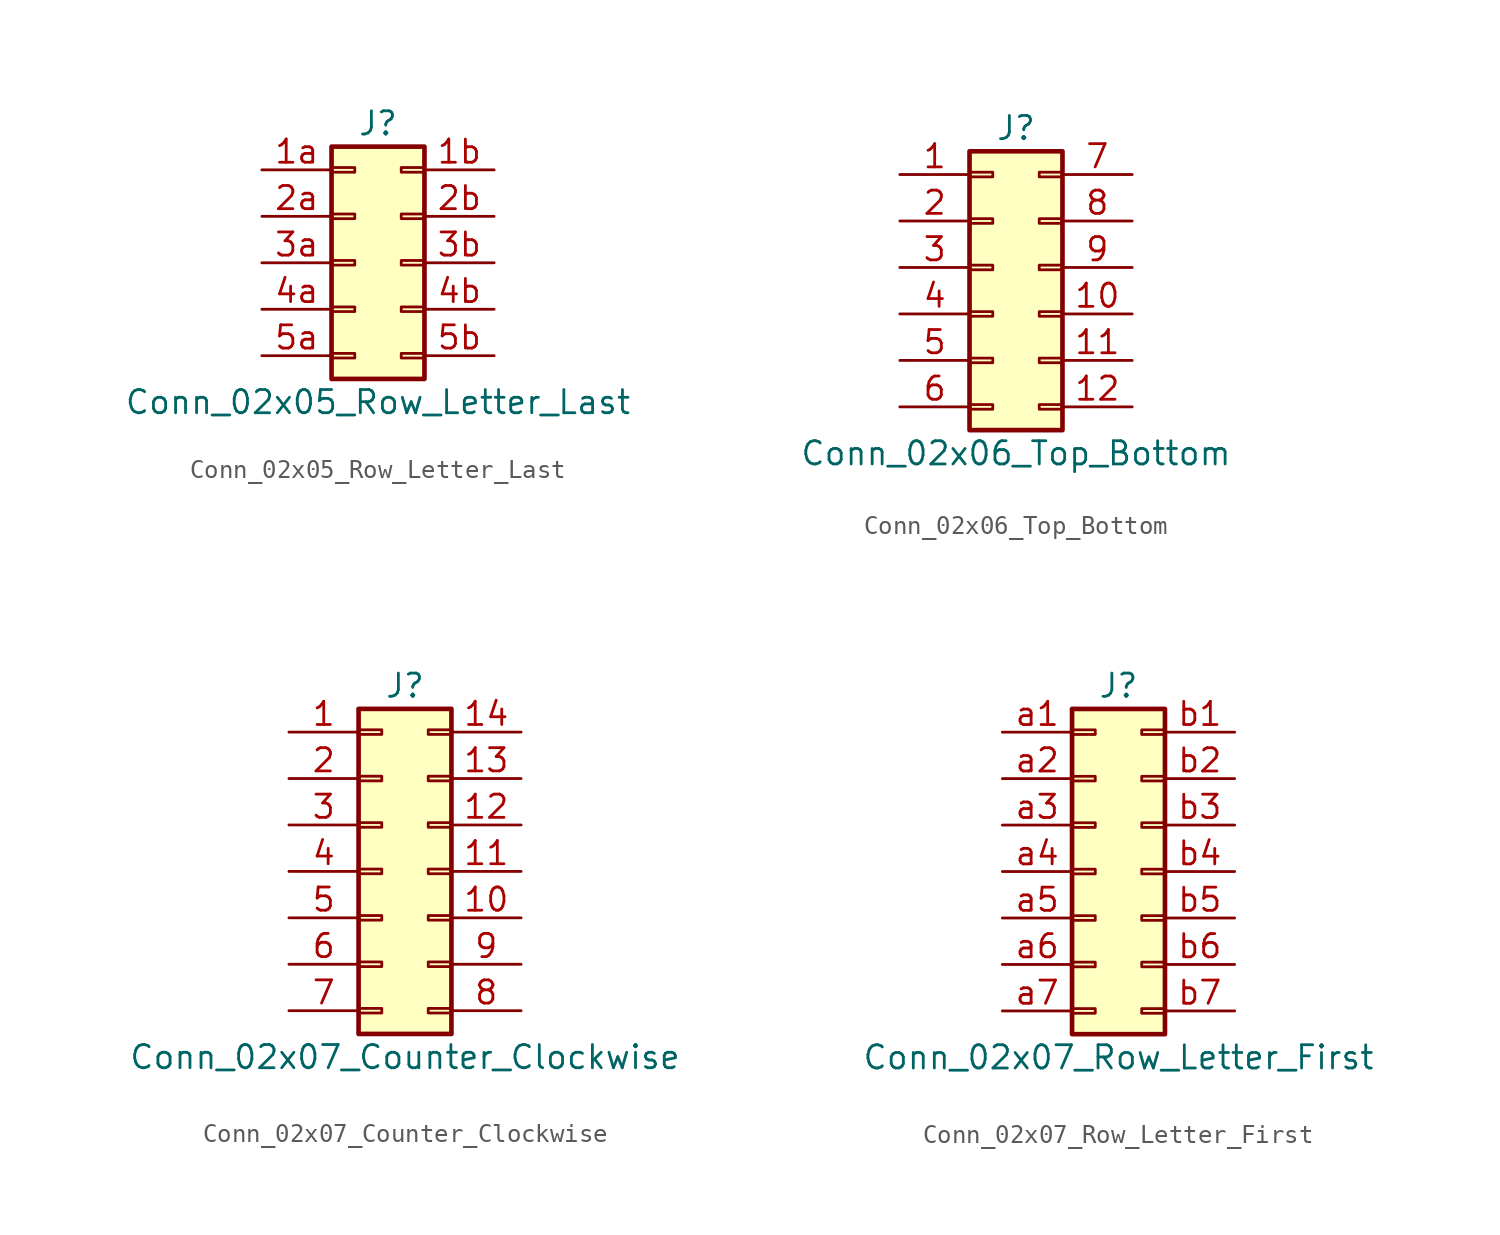
<source format=kicad_sym>
(kicad_symbol_lib
  (version 20201005)
  (generator kicad_symbol_editor)
  (symbol "Conn_02x05_Row_Letter_Last"
    (pin_names
      (offset 1.016) hide)
    (property "Reference" "J"
      (at 1.27 7.62 0)
      (effects (font (size 1.27 1.27))))
    (property "Value" "Conn_02x05_Row_Letter_Last"
      (at 1.27 -7.62 0)
      (effects (font (size 1.27 1.27))))
    (symbol "Conn_02x05_Row_Letter_Last_1_1"
      (rectangle (start -1.27 -4.953) (end 0 -5.207) (stroke (width 0.152)) (fill (type none)))
      (rectangle (start -1.27 -2.413) (end 0 -2.667) (stroke (width 0.152)) (fill (type none)))
      (rectangle (start -1.27 0.127) (end 0 -0.127) (stroke (width 0.152)) (fill (type none)))
      (rectangle (start -1.27 2.667) (end 0 2.413) (stroke (width 0.152)) (fill (type none)))
      (rectangle (start -1.27 5.207) (end 0 4.953) (stroke (width 0.152)) (fill (type none)))
      (rectangle (start 3.81 -4.953) (end 2.54 -5.207) (stroke (width 0.152)) (fill (type none)))
      (rectangle (start 3.81 -2.413) (end 2.54 -2.667) (stroke (width 0.152)) (fill (type none)))
      (rectangle (start 3.81 0.127) (end 2.54 -0.127) (stroke (width 0.152)) (fill (type none)))
      (rectangle (start 3.81 2.667) (end 2.54 2.413) (stroke (width 0.152)) (fill (type none)))
      (rectangle (start 3.81 5.207) (end 2.54 4.953) (stroke (width 0.152)) (fill (type none)))
      (rectangle (start -1.27 6.35) (end 3.81 -6.35) (stroke (width 0.254)) (fill (type background)))
      (pin passive line (at -5.08 5.08 0) (length 3.81) (name "Pin_1a" (effects (font (size 1.27 1.27)))) (number "1a" (effects (font (size 1.27 1.27)))))
      (pin passive line (at 7.62 5.08 180) (length 3.81) (name "Pin_1b" (effects (font (size 1.27 1.27)))) (number "1b" (effects (font (size 1.27 1.27)))))
      (pin passive line (at -5.08 2.54 0) (length 3.81) (name "Pin_2a" (effects (font (size 1.27 1.27)))) (number "2a" (effects (font (size 1.27 1.27)))))
      (pin passive line (at 7.62 2.54 180) (length 3.81) (name "Pin_2b" (effects (font (size 1.27 1.27)))) (number "2b" (effects (font (size 1.27 1.27)))))
      (pin passive line (at -5.08 0 0) (length 3.81) (name "Pin_3a" (effects (font (size 1.27 1.27)))) (number "3a" (effects (font (size 1.27 1.27)))))
      (pin passive line (at 7.62 0 180) (length 3.81) (name "Pin_3b" (effects (font (size 1.27 1.27)))) (number "3b" (effects (font (size 1.27 1.27)))))
      (pin passive line (at -5.08 -2.54 0) (length 3.81) (name "Pin_4a" (effects (font (size 1.27 1.27)))) (number "4a" (effects (font (size 1.27 1.27)))))
      (pin passive line (at 7.62 -2.54 180) (length 3.81) (name "Pin_4b" (effects (font (size 1.27 1.27)))) (number "4b" (effects (font (size 1.27 1.27)))))
      (pin passive line (at -5.08 -5.08 0) (length 3.81) (name "Pin_5a" (effects (font (size 1.27 1.27)))) (number "5a" (effects (font (size 1.27 1.27)))))
      (pin passive line (at 7.62 -5.08 180) (length 3.81) (name "Pin_5b" (effects (font (size 1.27 1.27)))) (number "5b" (effects (font (size 1.27 1.27)))))))
  (symbol "Conn_02x06_Top_Bottom"
    (pin_names
      (offset 1.016) hide)
    (property "Reference" "J"
      (at 1.27 7.62 0)
      (effects (font (size 1.27 1.27))))
    (property "Value" "Conn_02x06_Top_Bottom"
      (at 1.27 -10.16 0)
      (effects (font (size 1.27 1.27))))
    (symbol "Conn_02x06_Top_Bottom_1_1"
      (rectangle (start -1.27 -7.493) (end 0 -7.747) (stroke (width 0.152)) (fill (type none)))
      (rectangle (start -1.27 -4.953) (end 0 -5.207) (stroke (width 0.152)) (fill (type none)))
      (rectangle (start -1.27 -2.413) (end 0 -2.667) (stroke (width 0.152)) (fill (type none)))
      (rectangle (start -1.27 0.127) (end 0 -0.127) (stroke (width 0.152)) (fill (type none)))
      (rectangle (start -1.27 2.667) (end 0 2.413) (stroke (width 0.152)) (fill (type none)))
      (rectangle (start -1.27 5.207) (end 0 4.953) (stroke (width 0.152)) (fill (type none)))
      (rectangle (start 3.81 -7.493) (end 2.54 -7.747) (stroke (width 0.152)) (fill (type none)))
      (rectangle (start 3.81 -4.953) (end 2.54 -5.207) (stroke (width 0.152)) (fill (type none)))
      (rectangle (start 3.81 -2.413) (end 2.54 -2.667) (stroke (width 0.152)) (fill (type none)))
      (rectangle (start 3.81 0.127) (end 2.54 -0.127) (stroke (width 0.152)) (fill (type none)))
      (rectangle (start 3.81 2.667) (end 2.54 2.413) (stroke (width 0.152)) (fill (type none)))
      (rectangle (start 3.81 5.207) (end 2.54 4.953) (stroke (width 0.152)) (fill (type none)))
      (rectangle (start -1.27 6.35) (end 3.81 -8.89) (stroke (width 0.254)) (fill (type background)))
      (pin passive line (at -5.08 5.08 0) (length 3.81) (name "Pin_1" (effects (font (size 1.27 1.27)))) (number "1" (effects (font (size 1.27 1.27)))))
      (pin passive line (at 7.62 -2.54 180) (length 3.81) (name "Pin_10" (effects (font (size 1.27 1.27)))) (number "10" (effects (font (size 1.27 1.27)))))
      (pin passive line (at 7.62 -5.08 180) (length 3.81) (name "Pin_11" (effects (font (size 1.27 1.27)))) (number "11" (effects (font (size 1.27 1.27)))))
      (pin passive line (at 7.62 -7.62 180) (length 3.81) (name "Pin_12" (effects (font (size 1.27 1.27)))) (number "12" (effects (font (size 1.27 1.27)))))
      (pin passive line (at -5.08 2.54 0) (length 3.81) (name "Pin_2" (effects (font (size 1.27 1.27)))) (number "2" (effects (font (size 1.27 1.27)))))
      (pin passive line (at -5.08 0 0) (length 3.81) (name "Pin_3" (effects (font (size 1.27 1.27)))) (number "3" (effects (font (size 1.27 1.27)))))
      (pin passive line (at -5.08 -2.54 0) (length 3.81) (name "Pin_4" (effects (font (size 1.27 1.27)))) (number "4" (effects (font (size 1.27 1.27)))))
      (pin passive line (at -5.08 -5.08 0) (length 3.81) (name "Pin_5" (effects (font (size 1.27 1.27)))) (number "5" (effects (font (size 1.27 1.27)))))
      (pin passive line (at -5.08 -7.62 0) (length 3.81) (name "Pin_6" (effects (font (size 1.27 1.27)))) (number "6" (effects (font (size 1.27 1.27)))))
      (pin passive line (at 7.62 5.08 180) (length 3.81) (name "Pin_7" (effects (font (size 1.27 1.27)))) (number "7" (effects (font (size 1.27 1.27)))))
      (pin passive line (at 7.62 2.54 180) (length 3.81) (name "Pin_8" (effects (font (size 1.27 1.27)))) (number "8" (effects (font (size 1.27 1.27)))))
      (pin passive line (at 7.62 0 180) (length 3.81) (name "Pin_9" (effects (font (size 1.27 1.27)))) (number "9" (effects (font (size 1.27 1.27)))))))
  (symbol "Conn_02x07_Counter_Clockwise"
    (pin_names
      (offset 1.016) hide)
    (property "Reference" "J"
      (at 1.27 10.16 0)
      (effects (font (size 1.27 1.27))))
    (property "Value" "Conn_02x07_Counter_Clockwise"
      (at 1.27 -10.16 0)
      (effects (font (size 1.27 1.27))))
    (symbol "Conn_02x07_Counter_Clockwise_1_1"
      (rectangle (start -1.27 -7.493) (end 0 -7.747) (stroke (width 0.152)) (fill (type none)))
      (rectangle (start -1.27 -4.953) (end 0 -5.207) (stroke (width 0.152)) (fill (type none)))
      (rectangle (start -1.27 -2.413) (end 0 -2.667) (stroke (width 0.152)) (fill (type none)))
      (rectangle (start -1.27 0.127) (end 0 -0.127) (stroke (width 0.152)) (fill (type none)))
      (rectangle (start -1.27 2.667) (end 0 2.413) (stroke (width 0.152)) (fill (type none)))
      (rectangle (start -1.27 5.207) (end 0 4.953) (stroke (width 0.152)) (fill (type none)))
      (rectangle (start -1.27 7.747) (end 0 7.493) (stroke (width 0.152)) (fill (type none)))
      (rectangle (start 3.81 -7.493) (end 2.54 -7.747) (stroke (width 0.152)) (fill (type none)))
      (rectangle (start 3.81 -4.953) (end 2.54 -5.207) (stroke (width 0.152)) (fill (type none)))
      (rectangle (start 3.81 -2.413) (end 2.54 -2.667) (stroke (width 0.152)) (fill (type none)))
      (rectangle (start 3.81 0.127) (end 2.54 -0.127) (stroke (width 0.152)) (fill (type none)))
      (rectangle (start 3.81 2.667) (end 2.54 2.413) (stroke (width 0.152)) (fill (type none)))
      (rectangle (start 3.81 5.207) (end 2.54 4.953) (stroke (width 0.152)) (fill (type none)))
      (rectangle (start 3.81 7.747) (end 2.54 7.493) (stroke (width 0.152)) (fill (type none)))
      (rectangle (start -1.27 8.89) (end 3.81 -8.89) (stroke (width 0.254)) (fill (type background)))
      (pin passive line (at -5.08 7.62 0) (length 3.81) (name "Pin_1" (effects (font (size 1.27 1.27)))) (number "1" (effects (font (size 1.27 1.27)))))
      (pin passive line (at 7.62 -2.54 180) (length 3.81) (name "Pin_10" (effects (font (size 1.27 1.27)))) (number "10" (effects (font (size 1.27 1.27)))))
      (pin passive line (at 7.62 0 180) (length 3.81) (name "Pin_11" (effects (font (size 1.27 1.27)))) (number "11" (effects (font (size 1.27 1.27)))))
      (pin passive line (at 7.62 2.54 180) (length 3.81) (name "Pin_12" (effects (font (size 1.27 1.27)))) (number "12" (effects (font (size 1.27 1.27)))))
      (pin passive line (at 7.62 5.08 180) (length 3.81) (name "Pin_13" (effects (font (size 1.27 1.27)))) (number "13" (effects (font (size 1.27 1.27)))))
      (pin passive line (at 7.62 7.62 180) (length 3.81) (name "Pin_14" (effects (font (size 1.27 1.27)))) (number "14" (effects (font (size 1.27 1.27)))))
      (pin passive line (at -5.08 5.08 0) (length 3.81) (name "Pin_2" (effects (font (size 1.27 1.27)))) (number "2" (effects (font (size 1.27 1.27)))))
      (pin passive line (at -5.08 2.54 0) (length 3.81) (name "Pin_3" (effects (font (size 1.27 1.27)))) (number "3" (effects (font (size 1.27 1.27)))))
      (pin passive line (at -5.08 0 0) (length 3.81) (name "Pin_4" (effects (font (size 1.27 1.27)))) (number "4" (effects (font (size 1.27 1.27)))))
      (pin passive line (at -5.08 -2.54 0) (length 3.81) (name "Pin_5" (effects (font (size 1.27 1.27)))) (number "5" (effects (font (size 1.27 1.27)))))
      (pin passive line (at -5.08 -5.08 0) (length 3.81) (name "Pin_6" (effects (font (size 1.27 1.27)))) (number "6" (effects (font (size 1.27 1.27)))))
      (pin passive line (at -5.08 -7.62 0) (length 3.81) (name "Pin_7" (effects (font (size 1.27 1.27)))) (number "7" (effects (font (size 1.27 1.27)))))
      (pin passive line (at 7.62 -7.62 180) (length 3.81) (name "Pin_8" (effects (font (size 1.27 1.27)))) (number "8" (effects (font (size 1.27 1.27)))))
      (pin passive line (at 7.62 -5.08 180) (length 3.81) (name "Pin_9" (effects (font (size 1.27 1.27)))) (number "9" (effects (font (size 1.27 1.27)))))))
  (symbol "Conn_02x07_Row_Letter_First"
    (pin_names
      (offset 1.016) hide)
    (property "Reference" "J"
      (at 1.27 10.16 0)
      (effects (font (size 1.27 1.27))))
    (property "Value" "Conn_02x07_Row_Letter_First"
      (at 1.27 -10.16 0)
      (effects (font (size 1.27 1.27))))
    (symbol "Conn_02x07_Row_Letter_First_1_1"
      (rectangle (start -1.27 -7.493) (end 0 -7.747) (stroke (width 0.152)) (fill (type none)))
      (rectangle (start -1.27 -4.953) (end 0 -5.207) (stroke (width 0.152)) (fill (type none)))
      (rectangle (start -1.27 -2.413) (end 0 -2.667) (stroke (width 0.152)) (fill (type none)))
      (rectangle (start -1.27 0.127) (end 0 -0.127) (stroke (width 0.152)) (fill (type none)))
      (rectangle (start -1.27 2.667) (end 0 2.413) (stroke (width 0.152)) (fill (type none)))
      (rectangle (start -1.27 5.207) (end 0 4.953) (stroke (width 0.152)) (fill (type none)))
      (rectangle (start -1.27 7.747) (end 0 7.493) (stroke (width 0.152)) (fill (type none)))
      (rectangle (start 3.81 -7.493) (end 2.54 -7.747) (stroke (width 0.152)) (fill (type none)))
      (rectangle (start 3.81 -4.953) (end 2.54 -5.207) (stroke (width 0.152)) (fill (type none)))
      (rectangle (start 3.81 -2.413) (end 2.54 -2.667) (stroke (width 0.152)) (fill (type none)))
      (rectangle (start 3.81 0.127) (end 2.54 -0.127) (stroke (width 0.152)) (fill (type none)))
      (rectangle (start 3.81 2.667) (end 2.54 2.413) (stroke (width 0.152)) (fill (type none)))
      (rectangle (start 3.81 5.207) (end 2.54 4.953) (stroke (width 0.152)) (fill (type none)))
      (rectangle (start 3.81 7.747) (end 2.54 7.493) (stroke (width 0.152)) (fill (type none)))
      (rectangle (start -1.27 8.89) (end 3.81 -8.89) (stroke (width 0.254)) (fill (type background)))
      (pin passive line (at -5.08 7.62 0) (length 3.81) (name "Pin_a1" (effects (font (size 1.27 1.27)))) (number "a1" (effects (font (size 1.27 1.27)))))
      (pin passive line (at -5.08 5.08 0) (length 3.81) (name "Pin_a2" (effects (font (size 1.27 1.27)))) (number "a2" (effects (font (size 1.27 1.27)))))
      (pin passive line (at -5.08 2.54 0) (length 3.81) (name "Pin_a3" (effects (font (size 1.27 1.27)))) (number "a3" (effects (font (size 1.27 1.27)))))
      (pin passive line (at -5.08 0 0) (length 3.81) (name "Pin_a4" (effects (font (size 1.27 1.27)))) (number "a4" (effects (font (size 1.27 1.27)))))
      (pin passive line (at -5.08 -2.54 0) (length 3.81) (name "Pin_a5" (effects (font (size 1.27 1.27)))) (number "a5" (effects (font (size 1.27 1.27)))))
      (pin passive line (at -5.08 -5.08 0) (length 3.81) (name "Pin_a6" (effects (font (size 1.27 1.27)))) (number "a6" (effects (font (size 1.27 1.27)))))
      (pin passive line (at -5.08 -7.62 0) (length 3.81) (name "Pin_a7" (effects (font (size 1.27 1.27)))) (number "a7" (effects (font (size 1.27 1.27)))))
      (pin passive line (at 7.62 7.62 180) (length 3.81) (name "Pin_b1" (effects (font (size 1.27 1.27)))) (number "b1" (effects (font (size 1.27 1.27)))))
      (pin passive line (at 7.62 5.08 180) (length 3.81) (name "Pin_b2" (effects (font (size 1.27 1.27)))) (number "b2" (effects (font (size 1.27 1.27)))))
      (pin passive line (at 7.62 2.54 180) (length 3.81) (name "Pin_b3" (effects (font (size 1.27 1.27)))) (number "b3" (effects (font (size 1.27 1.27)))))
      (pin passive line (at 7.62 0 180) (length 3.81) (name "Pin_b4" (effects (font (size 1.27 1.27)))) (number "b4" (effects (font (size 1.27 1.27)))))
      (pin passive line (at 7.62 -2.54 180) (length 3.81) (name "Pin_b5" (effects (font (size 1.27 1.27)))) (number "b5" (effects (font (size 1.27 1.27)))))
      (pin passive line (at 7.62 -5.08 180) (length 3.81) (name "Pin_b6" (effects (font (size 1.27 1.27)))) (number "b6" (effects (font (size 1.27 1.27)))))
      (pin passive line (at 7.62 -7.62 180) (length 3.81) (name "Pin_b7" (effects (font (size 1.27 1.27)))) (number "b7" (effects (font (size 1.27 1.27))))))))
</source>
